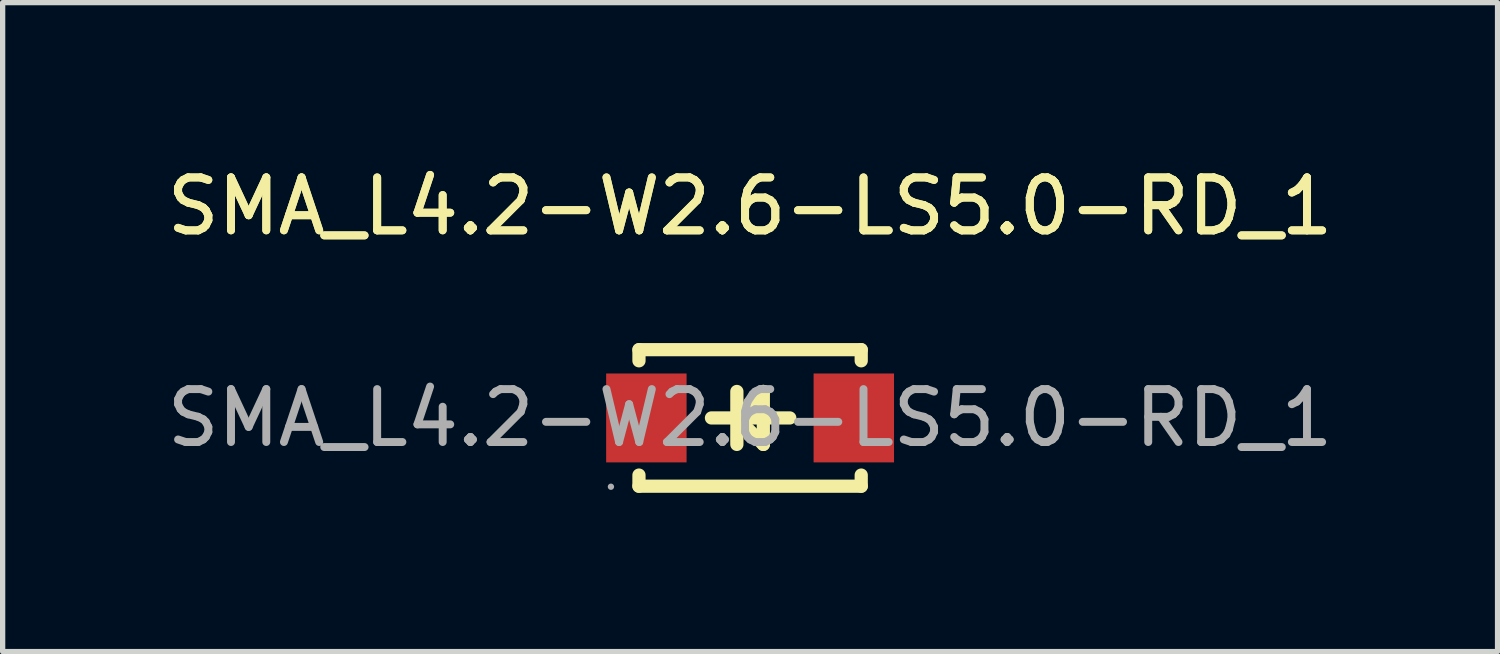
<source format=kicad_pcb>
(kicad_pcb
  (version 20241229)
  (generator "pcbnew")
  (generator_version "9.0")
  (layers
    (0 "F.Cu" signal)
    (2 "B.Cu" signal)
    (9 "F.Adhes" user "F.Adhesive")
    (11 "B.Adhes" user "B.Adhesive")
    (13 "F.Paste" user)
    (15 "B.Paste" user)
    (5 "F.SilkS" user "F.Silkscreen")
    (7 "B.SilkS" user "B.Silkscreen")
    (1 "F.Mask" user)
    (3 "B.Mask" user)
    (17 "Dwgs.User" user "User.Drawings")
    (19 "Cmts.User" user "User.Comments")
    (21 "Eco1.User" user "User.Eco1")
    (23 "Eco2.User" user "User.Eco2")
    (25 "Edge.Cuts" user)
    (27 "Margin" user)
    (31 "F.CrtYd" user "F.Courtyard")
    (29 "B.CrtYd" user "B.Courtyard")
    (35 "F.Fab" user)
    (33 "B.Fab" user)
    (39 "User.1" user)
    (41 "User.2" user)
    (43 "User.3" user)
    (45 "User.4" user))
  (footprint "SMA_L4.2-W2.6-LS5.0-RD_1"
    (layer "F.Cu")
    (at 11.125 4.848)
    (property "Reference" "SMA_L4.2-W2.6-LS5.0-RD_1" (at 0 -4 0) (layer "F.SilkS") (effects (font (size 1 1) (thickness 0.15))))
    (attr smd)
    (fp_line (start -2.1 -1.29) (end 2.1 -1.29) (stroke (width 0.25) (type solid)) (layer "F.SilkS"))
    (fp_line (start -2.1 -1.08) (end -2.1 -1.29) (stroke (width 0.25) (type solid)) (layer "F.SilkS"))
    (fp_line (start -2.1 1.29) (end -2.1 1.08) (stroke (width 0.25) (type solid)) (layer "F.SilkS"))
    (fp_line (start -0.73 0) (end 0.75 0) (stroke (width 0.25) (type solid)) (layer "F.SilkS"))
    (fp_line (start -0.25 -0.5) (end -0.25 0.5) (stroke (width 0.25) (type solid)) (layer "F.SilkS"))
    (fp_line (start -0.25 0) (end 0.25 0.5) (stroke (width 0.25) (type solid)) (layer "F.SilkS"))
    (fp_line (start 0.25 -0.5) (end -0.25 0) (stroke (width 0.25) (type solid)) (layer "F.SilkS"))
    (fp_line (start 0.25 0.5) (end 0.25 -0.5) (stroke (width 0.25) (type solid)) (layer "F.SilkS"))
    (fp_line (start 2.1 -1.29) (end 2.1 -1.08) (stroke (width 0.25) (type solid)) (layer "F.SilkS"))
    (fp_line (start 2.1 1.08) (end 2.1 1.29) (stroke (width 0.25) (type solid)) (layer "F.SilkS"))
    (fp_line (start 2.1 1.29) (end -2.1 1.29) (stroke (width 0.25) (type solid)) (layer "F.SilkS"))
    (fp_circle (center -2.63 1.3) (end -2.6 1.3) (stroke (width 0.06) (type solid)) (fill no) (layer "F.Fab"))
    (fp_text user "${REFERENCE}" (at 0 -4 0) (layer "F.SilkS") (effects (font (size 1 1) (thickness 0.15))))
    (fp_text user "${REFERENCE}" (at 0 0 0) (layer "F.Fab") (effects (font (size 1 1) (thickness 0.15))))
    (pad "1" smd rect (at -1.96 0) (size 1.52 1.68) (layers "F.Cu" "F.Mask" "F.Paste"))
    (pad "2" smd rect (at 1.96 0) (size 1.52 1.68) (layers "F.Cu" "F.Mask" "F.Paste")))
  (gr_rect
    (start -3 -3)
    (end 25.25 9.263)
    (stroke (width 0.1) (type default))
    (fill no)
    (layer "Edge.Cuts")))
</source>
